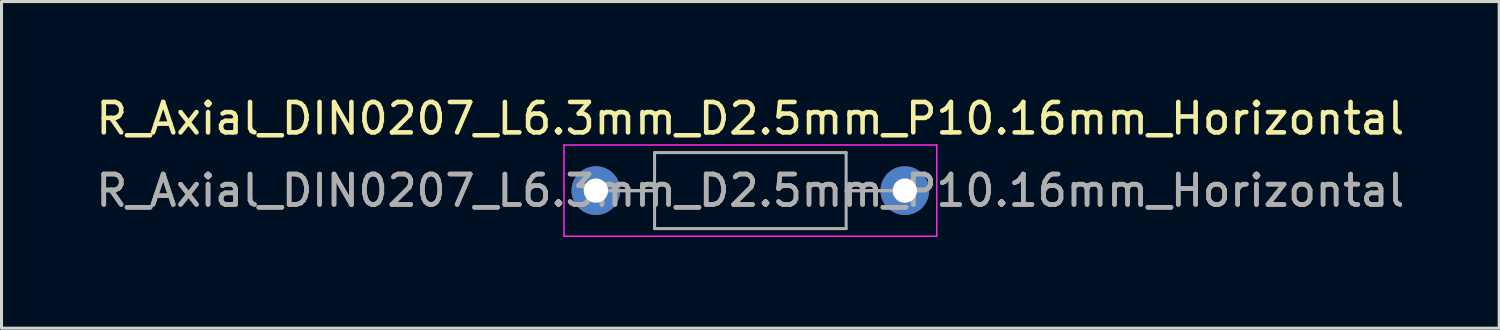
<source format=kicad_pcb>
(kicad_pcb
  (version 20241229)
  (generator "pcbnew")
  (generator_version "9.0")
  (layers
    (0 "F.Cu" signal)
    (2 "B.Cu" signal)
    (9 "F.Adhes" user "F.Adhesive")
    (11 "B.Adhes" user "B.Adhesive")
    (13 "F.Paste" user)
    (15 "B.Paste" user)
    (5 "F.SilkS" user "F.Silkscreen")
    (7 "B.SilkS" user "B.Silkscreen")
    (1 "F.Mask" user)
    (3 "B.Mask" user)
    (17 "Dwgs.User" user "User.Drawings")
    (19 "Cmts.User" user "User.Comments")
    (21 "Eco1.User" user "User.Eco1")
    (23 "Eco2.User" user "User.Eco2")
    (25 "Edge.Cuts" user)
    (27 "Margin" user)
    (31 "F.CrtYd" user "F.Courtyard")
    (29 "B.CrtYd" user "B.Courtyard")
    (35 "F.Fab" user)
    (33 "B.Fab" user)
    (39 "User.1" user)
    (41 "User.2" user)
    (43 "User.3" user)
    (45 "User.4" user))
  (footprint "R_Axial_DIN0207_L6.3mm_D2.5mm_P10.16mm_Horizontal"
    (layer "F.Cu")
    (at 16.545 3.218)
    (property "Reference" "R_Axial_DIN0207_L6.3mm_D2.5mm_P10.16mm_Horizontal" (at 5.08 -2.37 0) (layer "F.SilkS") (effects (font (size 1 1) (thickness 0.15))))
    (attr through_hole)
    (fp_line (start -1.05 -1.5) (end -1.05 1.5) (stroke (width 0.05) (type solid)) (layer "F.CrtYd"))
    (fp_line (start -1.05 1.5) (end 11.21 1.5) (stroke (width 0.05) (type solid)) (layer "F.CrtYd"))
    (fp_line (start 11.21 -1.5) (end -1.05 -1.5) (stroke (width 0.05) (type solid)) (layer "F.CrtYd"))
    (fp_line (start 11.21 1.5) (end 11.21 -1.5) (stroke (width 0.05) (type solid)) (layer "F.CrtYd"))
    (fp_line (start 0 0) (end 1.93 0) (stroke (width 0.1) (type solid)) (layer "F.Fab"))
    (fp_line (start 0 0) (end 1.93 0) (stroke (width 0.1) (type solid)) (layer "F.Fab"))
    (fp_line (start 0 0) (end 1.93 0) (stroke (width 0.1) (type solid)) (layer "F.Fab"))
    (fp_line (start 1.93 -1.25) (end 1.93 1.25) (stroke (width 0.1) (type solid)) (layer "F.Fab"))
    (fp_line (start 1.93 1.25) (end 8.23 1.25) (stroke (width 0.1) (type solid)) (layer "F.Fab"))
    (fp_line (start 8.23 -1.25) (end 1.93 -1.25) (stroke (width 0.1) (type solid)) (layer "F.Fab"))
    (fp_line (start 8.23 1.25) (end 8.23 -1.25) (stroke (width 0.1) (type solid)) (layer "F.Fab"))
    (fp_line (start 10.16 0) (end 8.23 0) (stroke (width 0.1) (type solid)) (layer "F.Fab"))
    (fp_line (start 10.16 0) (end 8.23 0) (stroke (width 0.1) (type solid)) (layer "F.Fab"))
    (fp_line (start 10.16 0) (end 8.23 0) (stroke (width 0.1) (type solid)) (layer "F.Fab"))
    (fp_text user "${REFERENCE}" (at 5.08 0 0) (layer "F.Fab") (effects (font (size 1 1) (thickness 0.15))))
    (fp_text user "${REFERENCE}" (at 5.08 0 0) (layer "F.Fab") (effects (font (size 1 1) (thickness 0.15))))
    (pad "1" thru_hole circle (at 0 0) (size 1.6 1.6) (drill 0.8) (layers "*.Cu" "*.Mask"))
    (pad "2" thru_hole oval (at 10.16 0) (size 1.6 1.6) (drill 0.8) (layers "*.Cu" "*.Mask")))
  (gr_rect
    (start -3 -3)
    (end 46.25 7.743)
    (stroke (width 0.1) (type default))
    (fill no)
    (layer "Edge.Cuts")))
</source>
